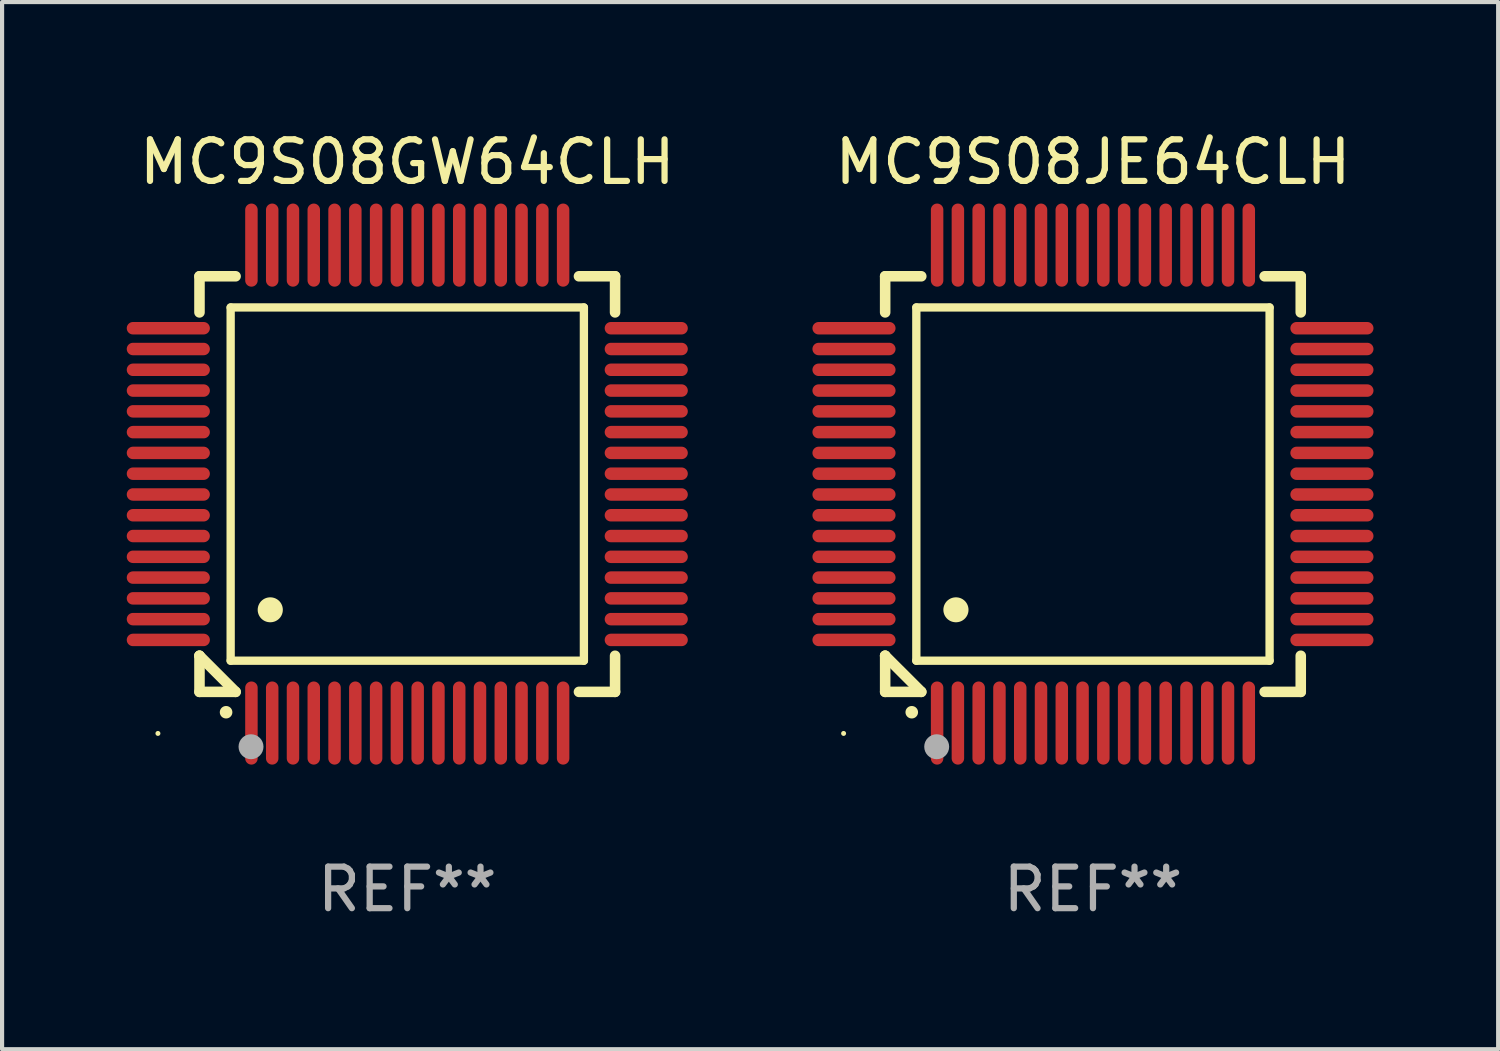
<source format=kicad_pcb>
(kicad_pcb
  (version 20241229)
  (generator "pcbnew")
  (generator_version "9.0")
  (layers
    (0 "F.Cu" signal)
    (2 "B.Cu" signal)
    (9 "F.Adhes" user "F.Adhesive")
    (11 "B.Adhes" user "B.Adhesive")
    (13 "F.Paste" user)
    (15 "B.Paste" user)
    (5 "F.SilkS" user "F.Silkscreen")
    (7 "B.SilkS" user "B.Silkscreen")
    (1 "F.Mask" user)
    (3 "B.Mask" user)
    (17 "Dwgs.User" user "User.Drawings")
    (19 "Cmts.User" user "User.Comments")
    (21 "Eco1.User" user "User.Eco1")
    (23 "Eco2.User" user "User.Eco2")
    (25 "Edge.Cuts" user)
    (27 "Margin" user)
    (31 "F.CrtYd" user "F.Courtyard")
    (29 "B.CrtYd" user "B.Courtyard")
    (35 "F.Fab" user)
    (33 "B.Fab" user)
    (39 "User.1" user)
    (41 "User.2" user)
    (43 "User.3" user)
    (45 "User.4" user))
  (footprint "MC9S08GW64CLH"
    (layer "F.Cu")
    (at 6.75 8.598)
    (property "Reference" "MC9S08GW64CLH" (at 0 -7.75 0) (layer "F.SilkS") (effects (font (size 1 1) (thickness 0.15))))
    (attr through_hole)
    (fp_line (start -5 -5) (end -4.131 -5) (stroke (width 0.254) (type solid)) (layer "F.SilkS"))
    (fp_line (start -5 -4.131) (end -5 -5) (stroke (width 0.254) (type solid)) (layer "F.SilkS"))
    (fp_line (start -5 4.131) (end -5 4.131) (stroke (width 0.254) (type solid)) (layer "F.SilkS"))
    (fp_line (start -5 5) (end -5 4.131) (stroke (width 0.254) (type solid)) (layer "F.SilkS"))
    (fp_line (start -5 4.131) (end -4.131 5) (stroke (width 0.254) (type solid)) (layer "F.SilkS"))
    (fp_line (start -4.25 -4.25) (end -4.25 4.25) (stroke (width 0.2) (type solid)) (layer "F.SilkS"))
    (fp_line (start -4.25 4.25) (end 4.25 4.25) (stroke (width 0.2) (type solid)) (layer "F.SilkS"))
    (fp_line (start -4.131 5) (end -5 5) (stroke (width 0.254) (type solid)) (layer "F.SilkS"))
    (fp_line (start 4.25 -4.25) (end -4.25 -4.25) (stroke (width 0.2) (type solid)) (layer "F.SilkS"))
    (fp_line (start 4.25 4.25) (end 4.25 -4.25) (stroke (width 0.2) (type solid)) (layer "F.SilkS"))
    (fp_line (start 5 -5) (end 4.131 -5) (stroke (width 0.254) (type solid)) (layer "F.SilkS"))
    (fp_line (start 5 -5) (end 5 -4.131) (stroke (width 0.254) (type solid)) (layer "F.SilkS"))
    (fp_line (start 5 4.131) (end 5 5) (stroke (width 0.254) (type solid)) (layer "F.SilkS"))
    (fp_line (start 5 5) (end 4.131 5) (stroke (width 0.254) (type solid)) (layer "F.SilkS"))
    (fp_arc (start -4.361265 5.489992) (mid -4.359995 5.489987) (end -4.358725 5.489992) (stroke (width 0.3) (type solid)) (layer "F.SilkS"))
    (fp_arc (start -3.299467 3.025146) (mid -3.296927 3.025135) (end -3.294387 3.025146) (stroke (width 0.6) (type solid)) (layer "F.SilkS"))
    (fp_circle (center -6 6) (end -5.97 6) (stroke (width 0.06) (type solid)) (fill no) (layer "F.SilkS"))
    (fp_circle (center -3.76 6.32) (end -3.61 6.32) (stroke (width 0.3) (type solid)) (fill no) (layer "F.Fab"))
    (fp_text user "REF**" (at 0 9.75 0) (layer "F.Fab") (effects (font (size 1 1) (thickness 0.15))))
    (pad "1" smd oval (at -3.75 5.75) (size 0.3 2) (layers "F.Cu" "F.Mask" "F.Paste"))
    (pad "2" smd oval (at -3.25 5.75) (size 0.3 2) (layers "F.Cu" "F.Mask" "F.Paste"))
    (pad "3" smd oval (at -2.75 5.75) (size 0.3 2) (layers "F.Cu" "F.Mask" "F.Paste"))
    (pad "4" smd oval (at -2.25 5.75) (size 0.3 2) (layers "F.Cu" "F.Mask" "F.Paste"))
    (pad "5" smd oval (at -1.75 5.75) (size 0.3 2) (layers "F.Cu" "F.Mask" "F.Paste"))
    (pad "6" smd oval (at -1.25 5.75) (size 0.3 2) (layers "F.Cu" "F.Mask" "F.Paste"))
    (pad "7" smd oval (at -0.75 5.75) (size 0.3 2) (layers "F.Cu" "F.Mask" "F.Paste"))
    (pad "8" smd oval (at -0.25 5.75) (size 0.3 2) (layers "F.Cu" "F.Mask" "F.Paste"))
    (pad "9" smd oval (at 0.25 5.75) (size 0.3 2) (layers "F.Cu" "F.Mask" "F.Paste"))
    (pad "10" smd oval (at 0.75 5.75) (size 0.3 2) (layers "F.Cu" "F.Mask" "F.Paste"))
    (pad "11" smd oval (at 1.25 5.75) (size 0.3 2) (layers "F.Cu" "F.Mask" "F.Paste"))
    (pad "12" smd oval (at 1.75 5.75) (size 0.3 2) (layers "F.Cu" "F.Mask" "F.Paste"))
    (pad "13" smd oval (at 2.25 5.75) (size 0.3 2) (layers "F.Cu" "F.Mask" "F.Paste"))
    (pad "14" smd oval (at 2.75 5.75) (size 0.3 2) (layers "F.Cu" "F.Mask" "F.Paste"))
    (pad "15" smd oval (at 3.25 5.75) (size 0.3 2) (layers "F.Cu" "F.Mask" "F.Paste"))
    (pad "16" smd oval (at 3.75 5.75) (size 0.3 2) (layers "F.Cu" "F.Mask" "F.Paste"))
    (pad "17" smd oval (at 5.75 3.75) (size 2 0.3) (layers "F.Cu" "F.Mask" "F.Paste"))
    (pad "18" smd oval (at 5.75 3.25) (size 2 0.3) (layers "F.Cu" "F.Mask" "F.Paste"))
    (pad "19" smd oval (at 5.75 2.75) (size 2 0.3) (layers "F.Cu" "F.Mask" "F.Paste"))
    (pad "20" smd oval (at 5.75 2.25) (size 2 0.3) (layers "F.Cu" "F.Mask" "F.Paste"))
    (pad "21" smd oval (at 5.75 1.75) (size 2 0.3) (layers "F.Cu" "F.Mask" "F.Paste"))
    (pad "22" smd oval (at 5.75 1.25) (size 2 0.3) (layers "F.Cu" "F.Mask" "F.Paste"))
    (pad "23" smd oval (at 5.75 0.75) (size 2 0.3) (layers "F.Cu" "F.Mask" "F.Paste"))
    (pad "24" smd oval (at 5.75 0.25) (size 2 0.3) (layers "F.Cu" "F.Mask" "F.Paste"))
    (pad "25" smd oval (at 5.75 -0.25) (size 2 0.3) (layers "F.Cu" "F.Mask" "F.Paste"))
    (pad "26" smd oval (at 5.75 -0.75) (size 2 0.3) (layers "F.Cu" "F.Mask" "F.Paste"))
    (pad "27" smd oval (at 5.75 -1.25) (size 2 0.3) (layers "F.Cu" "F.Mask" "F.Paste"))
    (pad "28" smd oval (at 5.75 -1.75) (size 2 0.3) (layers "F.Cu" "F.Mask" "F.Paste"))
    (pad "29" smd oval (at 5.75 -2.25) (size 2 0.3) (layers "F.Cu" "F.Mask" "F.Paste"))
    (pad "30" smd oval (at 5.75 -2.75) (size 2 0.3) (layers "F.Cu" "F.Mask" "F.Paste"))
    (pad "31" smd oval (at 5.75 -3.25) (size 2 0.3) (layers "F.Cu" "F.Mask" "F.Paste"))
    (pad "32" smd oval (at 5.75 -3.75) (size 2 0.3) (layers "F.Cu" "F.Mask" "F.Paste"))
    (pad "33" smd oval (at 3.75 -5.75) (size 0.3 2) (layers "F.Cu" "F.Mask" "F.Paste"))
    (pad "34" smd oval (at 3.25 -5.75) (size 0.3 2) (layers "F.Cu" "F.Mask" "F.Paste"))
    (pad "35" smd oval (at 2.75 -5.75) (size 0.3 2) (layers "F.Cu" "F.Mask" "F.Paste"))
    (pad "36" smd oval (at 2.25 -5.75) (size 0.3 2) (layers "F.Cu" "F.Mask" "F.Paste"))
    (pad "37" smd oval (at 1.75 -5.75) (size 0.3 2) (layers "F.Cu" "F.Mask" "F.Paste"))
    (pad "38" smd oval (at 1.25 -5.75) (size 0.3 2) (layers "F.Cu" "F.Mask" "F.Paste"))
    (pad "39" smd oval (at 0.75 -5.75) (size 0.3 2) (layers "F.Cu" "F.Mask" "F.Paste"))
    (pad "40" smd oval (at 0.25 -5.75) (size 0.3 2) (layers "F.Cu" "F.Mask" "F.Paste"))
    (pad "41" smd oval (at -0.25 -5.75) (size 0.3 2) (layers "F.Cu" "F.Mask" "F.Paste"))
    (pad "42" smd oval (at -0.75 -5.75) (size 0.3 2) (layers "F.Cu" "F.Mask" "F.Paste"))
    (pad "43" smd oval (at -1.25 -5.75) (size 0.3 2) (layers "F.Cu" "F.Mask" "F.Paste"))
    (pad "44" smd oval (at -1.75 -5.75) (size 0.3 2) (layers "F.Cu" "F.Mask" "F.Paste"))
    (pad "45" smd oval (at -2.25 -5.75) (size 0.3 2) (layers "F.Cu" "F.Mask" "F.Paste"))
    (pad "46" smd oval (at -2.75 -5.75) (size 0.3 2) (layers "F.Cu" "F.Mask" "F.Paste"))
    (pad "47" smd oval (at -3.25 -5.75) (size 0.3 2) (layers "F.Cu" "F.Mask" "F.Paste"))
    (pad "48" smd oval (at -3.75 -5.75) (size 0.3 2) (layers "F.Cu" "F.Mask" "F.Paste"))
    (pad "49" smd oval (at -5.75 -3.75) (size 2 0.3) (layers "F.Cu" "F.Mask" "F.Paste"))
    (pad "50" smd oval (at -5.75 -3.25) (size 2 0.3) (layers "F.Cu" "F.Mask" "F.Paste"))
    (pad "51" smd oval (at -5.75 -2.75) (size 2 0.3) (layers "F.Cu" "F.Mask" "F.Paste"))
    (pad "52" smd oval (at -5.75 -2.25) (size 2 0.3) (layers "F.Cu" "F.Mask" "F.Paste"))
    (pad "53" smd oval (at -5.75 -1.75) (size 2 0.3) (layers "F.Cu" "F.Mask" "F.Paste"))
    (pad "54" smd oval (at -5.75 -1.25) (size 2 0.3) (layers "F.Cu" "F.Mask" "F.Paste"))
    (pad "55" smd oval (at -5.75 -0.75) (size 2 0.3) (layers "F.Cu" "F.Mask" "F.Paste"))
    (pad "56" smd oval (at -5.75 -0.25) (size 2 0.3) (layers "F.Cu" "F.Mask" "F.Paste"))
    (pad "57" smd oval (at -5.75 0.25) (size 2 0.3) (layers "F.Cu" "F.Mask" "F.Paste"))
    (pad "58" smd oval (at -5.75 0.75) (size 2 0.3) (layers "F.Cu" "F.Mask" "F.Paste"))
    (pad "59" smd oval (at -5.75 1.25) (size 2 0.3) (layers "F.Cu" "F.Mask" "F.Paste"))
    (pad "60" smd oval (at -5.75 1.75) (size 2 0.3) (layers "F.Cu" "F.Mask" "F.Paste"))
    (pad "61" smd oval (at -5.75 2.25) (size 2 0.3) (layers "F.Cu" "F.Mask" "F.Paste"))
    (pad "62" smd oval (at -5.75 2.75) (size 2 0.3) (layers "F.Cu" "F.Mask" "F.Paste"))
    (pad "63" smd oval (at -5.75 3.25) (size 2 0.3) (layers "F.Cu" "F.Mask" "F.Paste"))
    (pad "64" smd oval (at -5.75 3.75) (size 2 0.3) (layers "F.Cu" "F.Mask" "F.Paste")))
  (footprint "MC9S08JE64CLH"
    (layer "F.Cu")
    (at 23.249 8.598)
    (property "Reference" "MC9S08JE64CLH" (at 0 -7.75 0) (layer "F.SilkS") (effects (font (size 1 1) (thickness 0.15))))
    (attr through_hole)
    (fp_line (start -5 -5) (end -4.131 -5) (stroke (width 0.254) (type solid)) (layer "F.SilkS"))
    (fp_line (start -5 -4.131) (end -5 -5) (stroke (width 0.254) (type solid)) (layer "F.SilkS"))
    (fp_line (start -5 4.131) (end -5 4.131) (stroke (width 0.254) (type solid)) (layer "F.SilkS"))
    (fp_line (start -5 5) (end -5 4.131) (stroke (width 0.254) (type solid)) (layer "F.SilkS"))
    (fp_line (start -5 4.131) (end -4.131 5) (stroke (width 0.254) (type solid)) (layer "F.SilkS"))
    (fp_line (start -4.25 -4.25) (end -4.25 4.25) (stroke (width 0.2) (type solid)) (layer "F.SilkS"))
    (fp_line (start -4.25 4.25) (end 4.25 4.25) (stroke (width 0.2) (type solid)) (layer "F.SilkS"))
    (fp_line (start -4.131 5) (end -5 5) (stroke (width 0.254) (type solid)) (layer "F.SilkS"))
    (fp_line (start 4.25 -4.25) (end -4.25 -4.25) (stroke (width 0.2) (type solid)) (layer "F.SilkS"))
    (fp_line (start 4.25 4.25) (end 4.25 -4.25) (stroke (width 0.2) (type solid)) (layer "F.SilkS"))
    (fp_line (start 5 -5) (end 4.131 -5) (stroke (width 0.254) (type solid)) (layer "F.SilkS"))
    (fp_line (start 5 -5) (end 5 -4.131) (stroke (width 0.254) (type solid)) (layer "F.SilkS"))
    (fp_line (start 5 4.131) (end 5 5) (stroke (width 0.254) (type solid)) (layer "F.SilkS"))
    (fp_line (start 5 5) (end 4.131 5) (stroke (width 0.254) (type solid)) (layer "F.SilkS"))
    (fp_arc (start -4.361265 5.489992) (mid -4.359995 5.489987) (end -4.358725 5.489992) (stroke (width 0.3) (type solid)) (layer "F.SilkS"))
    (fp_arc (start -3.299467 3.025146) (mid -3.296927 3.025135) (end -3.294387 3.025146) (stroke (width 0.6) (type solid)) (layer "F.SilkS"))
    (fp_circle (center -6 6) (end -5.97 6) (stroke (width 0.06) (type solid)) (fill no) (layer "F.SilkS"))
    (fp_circle (center -3.76 6.32) (end -3.61 6.32) (stroke (width 0.3) (type solid)) (fill no) (layer "F.Fab"))
    (fp_text user "REF**" (at 0 9.75 0) (layer "F.Fab") (effects (font (size 1 1) (thickness 0.15))))
    (pad "1" smd oval (at -3.75 5.75) (size 0.3 2) (layers "F.Cu" "F.Mask" "F.Paste"))
    (pad "2" smd oval (at -3.25 5.75) (size 0.3 2) (layers "F.Cu" "F.Mask" "F.Paste"))
    (pad "3" smd oval (at -2.75 5.75) (size 0.3 2) (layers "F.Cu" "F.Mask" "F.Paste"))
    (pad "4" smd oval (at -2.25 5.75) (size 0.3 2) (layers "F.Cu" "F.Mask" "F.Paste"))
    (pad "5" smd oval (at -1.75 5.75) (size 0.3 2) (layers "F.Cu" "F.Mask" "F.Paste"))
    (pad "6" smd oval (at -1.25 5.75) (size 0.3 2) (layers "F.Cu" "F.Mask" "F.Paste"))
    (pad "7" smd oval (at -0.75 5.75) (size 0.3 2) (layers "F.Cu" "F.Mask" "F.Paste"))
    (pad "8" smd oval (at -0.25 5.75) (size 0.3 2) (layers "F.Cu" "F.Mask" "F.Paste"))
    (pad "9" smd oval (at 0.25 5.75) (size 0.3 2) (layers "F.Cu" "F.Mask" "F.Paste"))
    (pad "10" smd oval (at 0.75 5.75) (size 0.3 2) (layers "F.Cu" "F.Mask" "F.Paste"))
    (pad "11" smd oval (at 1.25 5.75) (size 0.3 2) (layers "F.Cu" "F.Mask" "F.Paste"))
    (pad "12" smd oval (at 1.75 5.75) (size 0.3 2) (layers "F.Cu" "F.Mask" "F.Paste"))
    (pad "13" smd oval (at 2.25 5.75) (size 0.3 2) (layers "F.Cu" "F.Mask" "F.Paste"))
    (pad "14" smd oval (at 2.75 5.75) (size 0.3 2) (layers "F.Cu" "F.Mask" "F.Paste"))
    (pad "15" smd oval (at 3.25 5.75) (size 0.3 2) (layers "F.Cu" "F.Mask" "F.Paste"))
    (pad "16" smd oval (at 3.75 5.75) (size 0.3 2) (layers "F.Cu" "F.Mask" "F.Paste"))
    (pad "17" smd oval (at 5.75 3.75) (size 2 0.3) (layers "F.Cu" "F.Mask" "F.Paste"))
    (pad "18" smd oval (at 5.75 3.25) (size 2 0.3) (layers "F.Cu" "F.Mask" "F.Paste"))
    (pad "19" smd oval (at 5.75 2.75) (size 2 0.3) (layers "F.Cu" "F.Mask" "F.Paste"))
    (pad "20" smd oval (at 5.75 2.25) (size 2 0.3) (layers "F.Cu" "F.Mask" "F.Paste"))
    (pad "21" smd oval (at 5.75 1.75) (size 2 0.3) (layers "F.Cu" "F.Mask" "F.Paste"))
    (pad "22" smd oval (at 5.75 1.25) (size 2 0.3) (layers "F.Cu" "F.Mask" "F.Paste"))
    (pad "23" smd oval (at 5.75 0.75) (size 2 0.3) (layers "F.Cu" "F.Mask" "F.Paste"))
    (pad "24" smd oval (at 5.75 0.25) (size 2 0.3) (layers "F.Cu" "F.Mask" "F.Paste"))
    (pad "25" smd oval (at 5.75 -0.25) (size 2 0.3) (layers "F.Cu" "F.Mask" "F.Paste"))
    (pad "26" smd oval (at 5.75 -0.75) (size 2 0.3) (layers "F.Cu" "F.Mask" "F.Paste"))
    (pad "27" smd oval (at 5.75 -1.25) (size 2 0.3) (layers "F.Cu" "F.Mask" "F.Paste"))
    (pad "28" smd oval (at 5.75 -1.75) (size 2 0.3) (layers "F.Cu" "F.Mask" "F.Paste"))
    (pad "29" smd oval (at 5.75 -2.25) (size 2 0.3) (layers "F.Cu" "F.Mask" "F.Paste"))
    (pad "30" smd oval (at 5.75 -2.75) (size 2 0.3) (layers "F.Cu" "F.Mask" "F.Paste"))
    (pad "31" smd oval (at 5.75 -3.25) (size 2 0.3) (layers "F.Cu" "F.Mask" "F.Paste"))
    (pad "32" smd oval (at 5.75 -3.75) (size 2 0.3) (layers "F.Cu" "F.Mask" "F.Paste"))
    (pad "33" smd oval (at 3.75 -5.75) (size 0.3 2) (layers "F.Cu" "F.Mask" "F.Paste"))
    (pad "34" smd oval (at 3.25 -5.75) (size 0.3 2) (layers "F.Cu" "F.Mask" "F.Paste"))
    (pad "35" smd oval (at 2.75 -5.75) (size 0.3 2) (layers "F.Cu" "F.Mask" "F.Paste"))
    (pad "36" smd oval (at 2.25 -5.75) (size 0.3 2) (layers "F.Cu" "F.Mask" "F.Paste"))
    (pad "37" smd oval (at 1.75 -5.75) (size 0.3 2) (layers "F.Cu" "F.Mask" "F.Paste"))
    (pad "38" smd oval (at 1.25 -5.75) (size 0.3 2) (layers "F.Cu" "F.Mask" "F.Paste"))
    (pad "39" smd oval (at 0.75 -5.75) (size 0.3 2) (layers "F.Cu" "F.Mask" "F.Paste"))
    (pad "40" smd oval (at 0.25 -5.75) (size 0.3 2) (layers "F.Cu" "F.Mask" "F.Paste"))
    (pad "41" smd oval (at -0.25 -5.75) (size 0.3 2) (layers "F.Cu" "F.Mask" "F.Paste"))
    (pad "42" smd oval (at -0.75 -5.75) (size 0.3 2) (layers "F.Cu" "F.Mask" "F.Paste"))
    (pad "43" smd oval (at -1.25 -5.75) (size 0.3 2) (layers "F.Cu" "F.Mask" "F.Paste"))
    (pad "44" smd oval (at -1.75 -5.75) (size 0.3 2) (layers "F.Cu" "F.Mask" "F.Paste"))
    (pad "45" smd oval (at -2.25 -5.75) (size 0.3 2) (layers "F.Cu" "F.Mask" "F.Paste"))
    (pad "46" smd oval (at -2.75 -5.75) (size 0.3 2) (layers "F.Cu" "F.Mask" "F.Paste"))
    (pad "47" smd oval (at -3.25 -5.75) (size 0.3 2) (layers "F.Cu" "F.Mask" "F.Paste"))
    (pad "48" smd oval (at -3.75 -5.75) (size 0.3 2) (layers "F.Cu" "F.Mask" "F.Paste"))
    (pad "49" smd oval (at -5.75 -3.75) (size 2 0.3) (layers "F.Cu" "F.Mask" "F.Paste"))
    (pad "50" smd oval (at -5.75 -3.25) (size 2 0.3) (layers "F.Cu" "F.Mask" "F.Paste"))
    (pad "51" smd oval (at -5.75 -2.75) (size 2 0.3) (layers "F.Cu" "F.Mask" "F.Paste"))
    (pad "52" smd oval (at -5.75 -2.25) (size 2 0.3) (layers "F.Cu" "F.Mask" "F.Paste"))
    (pad "53" smd oval (at -5.75 -1.75) (size 2 0.3) (layers "F.Cu" "F.Mask" "F.Paste"))
    (pad "54" smd oval (at -5.75 -1.25) (size 2 0.3) (layers "F.Cu" "F.Mask" "F.Paste"))
    (pad "55" smd oval (at -5.75 -0.75) (size 2 0.3) (layers "F.Cu" "F.Mask" "F.Paste"))
    (pad "56" smd oval (at -5.75 -0.25) (size 2 0.3) (layers "F.Cu" "F.Mask" "F.Paste"))
    (pad "57" smd oval (at -5.75 0.25) (size 2 0.3) (layers "F.Cu" "F.Mask" "F.Paste"))
    (pad "58" smd oval (at -5.75 0.75) (size 2 0.3) (layers "F.Cu" "F.Mask" "F.Paste"))
    (pad "59" smd oval (at -5.75 1.25) (size 2 0.3) (layers "F.Cu" "F.Mask" "F.Paste"))
    (pad "60" smd oval (at -5.75 1.75) (size 2 0.3) (layers "F.Cu" "F.Mask" "F.Paste"))
    (pad "61" smd oval (at -5.75 2.25) (size 2 0.3) (layers "F.Cu" "F.Mask" "F.Paste"))
    (pad "62" smd oval (at -5.75 2.75) (size 2 0.3) (layers "F.Cu" "F.Mask" "F.Paste"))
    (pad "63" smd oval (at -5.75 3.25) (size 2 0.3) (layers "F.Cu" "F.Mask" "F.Paste"))
    (pad "64" smd oval (at -5.75 3.75) (size 2 0.3) (layers "F.Cu" "F.Mask" "F.Paste")))
  (gr_rect
    (start -3 -3)
    (end 32.999 22.196)
    (stroke (width 0.1) (type default))
    (fill no)
    (layer "Edge.Cuts")))
</source>
